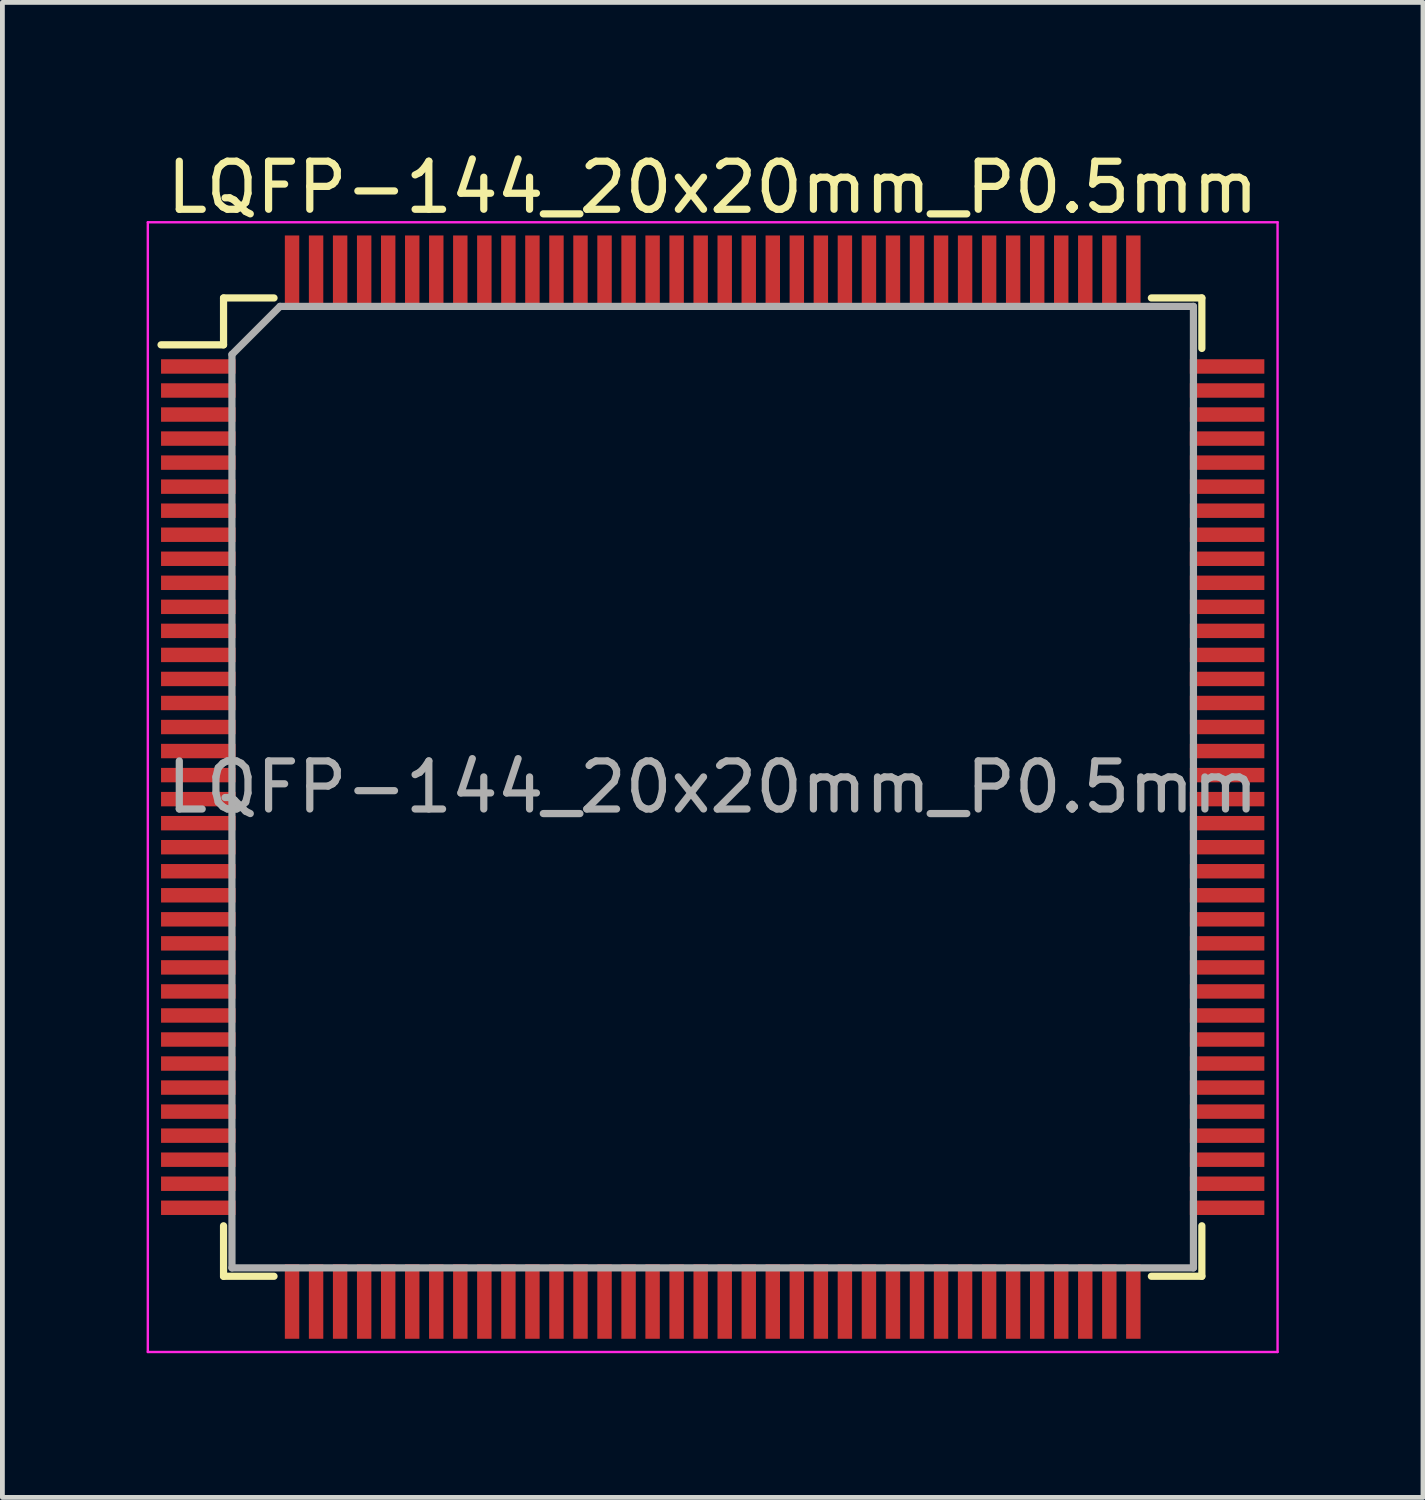
<source format=kicad_pcb>
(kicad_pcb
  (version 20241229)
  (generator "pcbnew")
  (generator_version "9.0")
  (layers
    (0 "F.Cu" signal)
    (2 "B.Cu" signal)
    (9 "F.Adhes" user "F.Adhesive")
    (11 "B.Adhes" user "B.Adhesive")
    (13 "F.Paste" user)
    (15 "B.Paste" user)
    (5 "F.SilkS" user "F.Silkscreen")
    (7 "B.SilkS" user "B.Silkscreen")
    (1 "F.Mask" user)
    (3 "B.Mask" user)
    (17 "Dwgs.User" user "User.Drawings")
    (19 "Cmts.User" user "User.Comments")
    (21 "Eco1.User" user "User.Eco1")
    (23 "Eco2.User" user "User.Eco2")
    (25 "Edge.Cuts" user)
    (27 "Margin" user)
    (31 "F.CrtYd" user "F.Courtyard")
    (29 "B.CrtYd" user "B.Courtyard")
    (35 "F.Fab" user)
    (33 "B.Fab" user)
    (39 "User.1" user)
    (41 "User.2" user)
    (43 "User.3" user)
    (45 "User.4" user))
  (footprint "LQFP-144_20x20mm_P0.5mm"
    (layer "F.Cu")
    (at 11.775 13.323)
    (property "Reference" "LQFP-144_20x20mm_P0.5mm" (at 0 -12.475 0) (layer "F.SilkS") (effects (font (size 1 1) (thickness 0.15))))
    (attr smd)
    (fp_line (start -10.175 -10.175) (end -10.175 -9.2) (stroke (width 0.15) (type solid)) (layer "F.SilkS"))
    (fp_line (start -10.175 -10.175) (end -9.125 -10.175) (stroke (width 0.15) (type solid)) (layer "F.SilkS"))
    (fp_line (start -10.175 -9.2) (end -11.475 -9.2) (stroke (width 0.15) (type solid)) (layer "F.SilkS"))
    (fp_line (start -10.175 10.175) (end -10.175 9.125) (stroke (width 0.15) (type solid)) (layer "F.SilkS"))
    (fp_line (start -10.175 10.175) (end -9.125 10.175) (stroke (width 0.15) (type solid)) (layer "F.SilkS"))
    (fp_line (start 10.175 -10.175) (end 9.125 -10.175) (stroke (width 0.15) (type solid)) (layer "F.SilkS"))
    (fp_line (start 10.175 -10.175) (end 10.175 -9.125) (stroke (width 0.15) (type solid)) (layer "F.SilkS"))
    (fp_line (start 10.175 10.175) (end 9.125 10.175) (stroke (width 0.15) (type solid)) (layer "F.SilkS"))
    (fp_line (start 10.175 10.175) (end 10.175 9.125) (stroke (width 0.15) (type solid)) (layer "F.SilkS"))
    (fp_line (start -11.75 -11.75) (end -11.75 11.75) (stroke (width 0.05) (type solid)) (layer "F.CrtYd"))
    (fp_line (start -11.75 -11.75) (end 11.75 -11.75) (stroke (width 0.05) (type solid)) (layer "F.CrtYd"))
    (fp_line (start -11.75 11.75) (end 11.75 11.75) (stroke (width 0.05) (type solid)) (layer "F.CrtYd"))
    (fp_line (start 11.75 -11.75) (end 11.75 11.75) (stroke (width 0.05) (type solid)) (layer "F.CrtYd"))
    (fp_line (start -10 -9) (end -9 -10) (stroke (width 0.15) (type solid)) (layer "F.Fab"))
    (fp_line (start -10 10) (end -10 -9) (stroke (width 0.15) (type solid)) (layer "F.Fab"))
    (fp_line (start -9 -10) (end 10 -10) (stroke (width 0.15) (type solid)) (layer "F.Fab"))
    (fp_line (start 10 -10) (end 10 10) (stroke (width 0.15) (type solid)) (layer "F.Fab"))
    (fp_line (start 10 10) (end -10 10) (stroke (width 0.15) (type solid)) (layer "F.Fab"))
    (fp_text user "${REFERENCE}" (at 0 0 0) (layer "F.Fab") (effects (font (size 1 1) (thickness 0.15))))
    (pad "1" smd rect (at -10.7 -8.75) (size 1.55 0.3) (layers "F.Cu" "F.Mask" "F.Paste"))
    (pad "2" smd rect (at -10.7 -8.25) (size 1.55 0.3) (layers "F.Cu" "F.Mask" "F.Paste"))
    (pad "3" smd rect (at -10.7 -7.75) (size 1.55 0.3) (layers "F.Cu" "F.Mask" "F.Paste"))
    (pad "4" smd rect (at -10.7 -7.25) (size 1.55 0.3) (layers "F.Cu" "F.Mask" "F.Paste"))
    (pad "5" smd rect (at -10.7 -6.75) (size 1.55 0.3) (layers "F.Cu" "F.Mask" "F.Paste"))
    (pad "6" smd rect (at -10.7 -6.25) (size 1.55 0.3) (layers "F.Cu" "F.Mask" "F.Paste"))
    (pad "7" smd rect (at -10.7 -5.75) (size 1.55 0.3) (layers "F.Cu" "F.Mask" "F.Paste"))
    (pad "8" smd rect (at -10.7 -5.25) (size 1.55 0.3) (layers "F.Cu" "F.Mask" "F.Paste"))
    (pad "9" smd rect (at -10.7 -4.75) (size 1.55 0.3) (layers "F.Cu" "F.Mask" "F.Paste"))
    (pad "10" smd rect (at -10.7 -4.25) (size 1.55 0.3) (layers "F.Cu" "F.Mask" "F.Paste"))
    (pad "11" smd rect (at -10.7 -3.75) (size 1.55 0.3) (layers "F.Cu" "F.Mask" "F.Paste"))
    (pad "12" smd rect (at -10.7 -3.25) (size 1.55 0.3) (layers "F.Cu" "F.Mask" "F.Paste"))
    (pad "13" smd rect (at -10.7 -2.75) (size 1.55 0.3) (layers "F.Cu" "F.Mask" "F.Paste"))
    (pad "14" smd rect (at -10.7 -2.25) (size 1.55 0.3) (layers "F.Cu" "F.Mask" "F.Paste"))
    (pad "15" smd rect (at -10.7 -1.75) (size 1.55 0.3) (layers "F.Cu" "F.Mask" "F.Paste"))
    (pad "16" smd rect (at -10.7 -1.25) (size 1.55 0.3) (layers "F.Cu" "F.Mask" "F.Paste"))
    (pad "17" smd rect (at -10.7 -0.75) (size 1.55 0.3) (layers "F.Cu" "F.Mask" "F.Paste"))
    (pad "18" smd rect (at -10.7 -0.25) (size 1.55 0.3) (layers "F.Cu" "F.Mask" "F.Paste"))
    (pad "19" smd rect (at -10.7 0.25) (size 1.55 0.3) (layers "F.Cu" "F.Mask" "F.Paste"))
    (pad "20" smd rect (at -10.7 0.75) (size 1.55 0.3) (layers "F.Cu" "F.Mask" "F.Paste"))
    (pad "21" smd rect (at -10.7 1.25) (size 1.55 0.3) (layers "F.Cu" "F.Mask" "F.Paste"))
    (pad "22" smd rect (at -10.7 1.75) (size 1.55 0.3) (layers "F.Cu" "F.Mask" "F.Paste"))
    (pad "23" smd rect (at -10.7 2.25) (size 1.55 0.3) (layers "F.Cu" "F.Mask" "F.Paste"))
    (pad "24" smd rect (at -10.7 2.75) (size 1.55 0.3) (layers "F.Cu" "F.Mask" "F.Paste"))
    (pad "25" smd rect (at -10.7 3.25) (size 1.55 0.3) (layers "F.Cu" "F.Mask" "F.Paste"))
    (pad "26" smd rect (at -10.7 3.75) (size 1.55 0.3) (layers "F.Cu" "F.Mask" "F.Paste"))
    (pad "27" smd rect (at -10.7 4.25) (size 1.55 0.3) (layers "F.Cu" "F.Mask" "F.Paste"))
    (pad "28" smd rect (at -10.7 4.75) (size 1.55 0.3) (layers "F.Cu" "F.Mask" "F.Paste"))
    (pad "29" smd rect (at -10.7 5.25) (size 1.55 0.3) (layers "F.Cu" "F.Mask" "F.Paste"))
    (pad "30" smd rect (at -10.7 5.75) (size 1.55 0.3) (layers "F.Cu" "F.Mask" "F.Paste"))
    (pad "31" smd rect (at -10.7 6.25) (size 1.55 0.3) (layers "F.Cu" "F.Mask" "F.Paste"))
    (pad "32" smd rect (at -10.7 6.75) (size 1.55 0.3) (layers "F.Cu" "F.Mask" "F.Paste"))
    (pad "33" smd rect (at -10.7 7.25) (size 1.55 0.3) (layers "F.Cu" "F.Mask" "F.Paste"))
    (pad "34" smd rect (at -10.7 7.75) (size 1.55 0.3) (layers "F.Cu" "F.Mask" "F.Paste"))
    (pad "35" smd rect (at -10.7 8.25) (size 1.55 0.3) (layers "F.Cu" "F.Mask" "F.Paste"))
    (pad "36" smd rect (at -10.7 8.75) (size 1.55 0.3) (layers "F.Cu" "F.Mask" "F.Paste"))
    (pad "37" smd rect (at -8.75 10.7 90) (size 1.55 0.3) (layers "F.Cu" "F.Mask" "F.Paste"))
    (pad "38" smd rect (at -8.25 10.7 90) (size 1.55 0.3) (layers "F.Cu" "F.Mask" "F.Paste"))
    (pad "39" smd rect (at -7.75 10.7 90) (size 1.55 0.3) (layers "F.Cu" "F.Mask" "F.Paste"))
    (pad "40" smd rect (at -7.25 10.7 90) (size 1.55 0.3) (layers "F.Cu" "F.Mask" "F.Paste"))
    (pad "41" smd rect (at -6.75 10.7 90) (size 1.55 0.3) (layers "F.Cu" "F.Mask" "F.Paste"))
    (pad "42" smd rect (at -6.25 10.7 90) (size 1.55 0.3) (layers "F.Cu" "F.Mask" "F.Paste"))
    (pad "43" smd rect (at -5.75 10.7 90) (size 1.55 0.3) (layers "F.Cu" "F.Mask" "F.Paste"))
    (pad "44" smd rect (at -5.25 10.7 90) (size 1.55 0.3) (layers "F.Cu" "F.Mask" "F.Paste"))
    (pad "45" smd rect (at -4.75 10.7 90) (size 1.55 0.3) (layers "F.Cu" "F.Mask" "F.Paste"))
    (pad "46" smd rect (at -4.25 10.7 90) (size 1.55 0.3) (layers "F.Cu" "F.Mask" "F.Paste"))
    (pad "47" smd rect (at -3.75 10.7 90) (size 1.55 0.3) (layers "F.Cu" "F.Mask" "F.Paste"))
    (pad "48" smd rect (at -3.25 10.7 90) (size 1.55 0.3) (layers "F.Cu" "F.Mask" "F.Paste"))
    (pad "49" smd rect (at -2.75 10.7 90) (size 1.55 0.3) (layers "F.Cu" "F.Mask" "F.Paste"))
    (pad "50" smd rect (at -2.25 10.7 90) (size 1.55 0.3) (layers "F.Cu" "F.Mask" "F.Paste"))
    (pad "51" smd rect (at -1.75 10.7 90) (size 1.55 0.3) (layers "F.Cu" "F.Mask" "F.Paste"))
    (pad "52" smd rect (at -1.25 10.7 90) (size 1.55 0.3) (layers "F.Cu" "F.Mask" "F.Paste"))
    (pad "53" smd rect (at -0.75 10.7 90) (size 1.55 0.3) (layers "F.Cu" "F.Mask" "F.Paste"))
    (pad "54" smd rect (at -0.25 10.7 90) (size 1.55 0.3) (layers "F.Cu" "F.Mask" "F.Paste"))
    (pad "55" smd rect (at 0.25 10.7 90) (size 1.55 0.3) (layers "F.Cu" "F.Mask" "F.Paste"))
    (pad "56" smd rect (at 0.75 10.7 90) (size 1.55 0.3) (layers "F.Cu" "F.Mask" "F.Paste"))
    (pad "57" smd rect (at 1.25 10.7 90) (size 1.55 0.3) (layers "F.Cu" "F.Mask" "F.Paste"))
    (pad "58" smd rect (at 1.75 10.7 90) (size 1.55 0.3) (layers "F.Cu" "F.Mask" "F.Paste"))
    (pad "59" smd rect (at 2.25 10.7 90) (size 1.55 0.3) (layers "F.Cu" "F.Mask" "F.Paste"))
    (pad "60" smd rect (at 2.75 10.7 90) (size 1.55 0.3) (layers "F.Cu" "F.Mask" "F.Paste"))
    (pad "61" smd rect (at 3.25 10.7 90) (size 1.55 0.3) (layers "F.Cu" "F.Mask" "F.Paste"))
    (pad "62" smd rect (at 3.75 10.7 90) (size 1.55 0.3) (layers "F.Cu" "F.Mask" "F.Paste"))
    (pad "63" smd rect (at 4.25 10.7 90) (size 1.55 0.3) (layers "F.Cu" "F.Mask" "F.Paste"))
    (pad "64" smd rect (at 4.75 10.7 90) (size 1.55 0.3) (layers "F.Cu" "F.Mask" "F.Paste"))
    (pad "65" smd rect (at 5.25 10.7 90) (size 1.55 0.3) (layers "F.Cu" "F.Mask" "F.Paste"))
    (pad "66" smd rect (at 5.75 10.7 90) (size 1.55 0.3) (layers "F.Cu" "F.Mask" "F.Paste"))
    (pad "67" smd rect (at 6.25 10.7 90) (size 1.55 0.3) (layers "F.Cu" "F.Mask" "F.Paste"))
    (pad "68" smd rect (at 6.75 10.7 90) (size 1.55 0.3) (layers "F.Cu" "F.Mask" "F.Paste"))
    (pad "69" smd rect (at 7.25 10.7 90) (size 1.55 0.3) (layers "F.Cu" "F.Mask" "F.Paste"))
    (pad "70" smd rect (at 7.75 10.7 90) (size 1.55 0.3) (layers "F.Cu" "F.Mask" "F.Paste"))
    (pad "71" smd rect (at 8.25 10.7 90) (size 1.55 0.3) (layers "F.Cu" "F.Mask" "F.Paste"))
    (pad "72" smd rect (at 8.75 10.7 90) (size 1.55 0.3) (layers "F.Cu" "F.Mask" "F.Paste"))
    (pad "73" smd rect (at 10.7 8.75) (size 1.55 0.3) (layers "F.Cu" "F.Mask" "F.Paste"))
    (pad "74" smd rect (at 10.7 8.25) (size 1.55 0.3) (layers "F.Cu" "F.Mask" "F.Paste"))
    (pad "75" smd rect (at 10.7 7.75) (size 1.55 0.3) (layers "F.Cu" "F.Mask" "F.Paste"))
    (pad "76" smd rect (at 10.7 7.25) (size 1.55 0.3) (layers "F.Cu" "F.Mask" "F.Paste"))
    (pad "77" smd rect (at 10.7 6.75) (size 1.55 0.3) (layers "F.Cu" "F.Mask" "F.Paste"))
    (pad "78" smd rect (at 10.7 6.25) (size 1.55 0.3) (layers "F.Cu" "F.Mask" "F.Paste"))
    (pad "79" smd rect (at 10.7 5.75) (size 1.55 0.3) (layers "F.Cu" "F.Mask" "F.Paste"))
    (pad "80" smd rect (at 10.7 5.25) (size 1.55 0.3) (layers "F.Cu" "F.Mask" "F.Paste"))
    (pad "81" smd rect (at 10.7 4.75) (size 1.55 0.3) (layers "F.Cu" "F.Mask" "F.Paste"))
    (pad "82" smd rect (at 10.7 4.25) (size 1.55 0.3) (layers "F.Cu" "F.Mask" "F.Paste"))
    (pad "83" smd rect (at 10.7 3.75) (size 1.55 0.3) (layers "F.Cu" "F.Mask" "F.Paste"))
    (pad "84" smd rect (at 10.7 3.25) (size 1.55 0.3) (layers "F.Cu" "F.Mask" "F.Paste"))
    (pad "85" smd rect (at 10.7 2.75) (size 1.55 0.3) (layers "F.Cu" "F.Mask" "F.Paste"))
    (pad "86" smd rect (at 10.7 2.25) (size 1.55 0.3) (layers "F.Cu" "F.Mask" "F.Paste"))
    (pad "87" smd rect (at 10.7 1.75) (size 1.55 0.3) (layers "F.Cu" "F.Mask" "F.Paste"))
    (pad "88" smd rect (at 10.7 1.25) (size 1.55 0.3) (layers "F.Cu" "F.Mask" "F.Paste"))
    (pad "89" smd rect (at 10.7 0.75) (size 1.55 0.3) (layers "F.Cu" "F.Mask" "F.Paste"))
    (pad "90" smd rect (at 10.7 0.25) (size 1.55 0.3) (layers "F.Cu" "F.Mask" "F.Paste"))
    (pad "91" smd rect (at 10.7 -0.25) (size 1.55 0.3) (layers "F.Cu" "F.Mask" "F.Paste"))
    (pad "92" smd rect (at 10.7 -0.75) (size 1.55 0.3) (layers "F.Cu" "F.Mask" "F.Paste"))
    (pad "93" smd rect (at 10.7 -1.25) (size 1.55 0.3) (layers "F.Cu" "F.Mask" "F.Paste"))
    (pad "94" smd rect (at 10.7 -1.75) (size 1.55 0.3) (layers "F.Cu" "F.Mask" "F.Paste"))
    (pad "95" smd rect (at 10.7 -2.25) (size 1.55 0.3) (layers "F.Cu" "F.Mask" "F.Paste"))
    (pad "96" smd rect (at 10.7 -2.75) (size 1.55 0.3) (layers "F.Cu" "F.Mask" "F.Paste"))
    (pad "97" smd rect (at 10.7 -3.25) (size 1.55 0.3) (layers "F.Cu" "F.Mask" "F.Paste"))
    (pad "98" smd rect (at 10.7 -3.75) (size 1.55 0.3) (layers "F.Cu" "F.Mask" "F.Paste"))
    (pad "99" smd rect (at 10.7 -4.25) (size 1.55 0.3) (layers "F.Cu" "F.Mask" "F.Paste"))
    (pad "100" smd rect (at 10.7 -4.75) (size 1.55 0.3) (layers "F.Cu" "F.Mask" "F.Paste"))
    (pad "101" smd rect (at 10.7 -5.25) (size 1.55 0.3) (layers "F.Cu" "F.Mask" "F.Paste"))
    (pad "102" smd rect (at 10.7 -5.75) (size 1.55 0.3) (layers "F.Cu" "F.Mask" "F.Paste"))
    (pad "103" smd rect (at 10.7 -6.25) (size 1.55 0.3) (layers "F.Cu" "F.Mask" "F.Paste"))
    (pad "104" smd rect (at 10.7 -6.75) (size 1.55 0.3) (layers "F.Cu" "F.Mask" "F.Paste"))
    (pad "105" smd rect (at 10.7 -7.25) (size 1.55 0.3) (layers "F.Cu" "F.Mask" "F.Paste"))
    (pad "106" smd rect (at 10.7 -7.75) (size 1.55 0.3) (layers "F.Cu" "F.Mask" "F.Paste"))
    (pad "107" smd rect (at 10.7 -8.25) (size 1.55 0.3) (layers "F.Cu" "F.Mask" "F.Paste"))
    (pad "108" smd rect (at 10.7 -8.75) (size 1.55 0.3) (layers "F.Cu" "F.Mask" "F.Paste"))
    (pad "109" smd rect (at 8.75 -10.7 90) (size 1.55 0.3) (layers "F.Cu" "F.Mask" "F.Paste"))
    (pad "110" smd rect (at 8.25 -10.7 90) (size 1.55 0.3) (layers "F.Cu" "F.Mask" "F.Paste"))
    (pad "111" smd rect (at 7.75 -10.7 90) (size 1.55 0.3) (layers "F.Cu" "F.Mask" "F.Paste"))
    (pad "112" smd rect (at 7.25 -10.7 90) (size 1.55 0.3) (layers "F.Cu" "F.Mask" "F.Paste"))
    (pad "113" smd rect (at 6.75 -10.7 90) (size 1.55 0.3) (layers "F.Cu" "F.Mask" "F.Paste"))
    (pad "114" smd rect (at 6.25 -10.7 90) (size 1.55 0.3) (layers "F.Cu" "F.Mask" "F.Paste"))
    (pad "115" smd rect (at 5.75 -10.7 90) (size 1.55 0.3) (layers "F.Cu" "F.Mask" "F.Paste"))
    (pad "116" smd rect (at 5.25 -10.7 90) (size 1.55 0.3) (layers "F.Cu" "F.Mask" "F.Paste"))
    (pad "117" smd rect (at 4.75 -10.7 90) (size 1.55 0.3) (layers "F.Cu" "F.Mask" "F.Paste"))
    (pad "118" smd rect (at 4.25 -10.7 90) (size 1.55 0.3) (layers "F.Cu" "F.Mask" "F.Paste"))
    (pad "119" smd rect (at 3.75 -10.7 90) (size 1.55 0.3) (layers "F.Cu" "F.Mask" "F.Paste"))
    (pad "120" smd rect (at 3.25 -10.7 90) (size 1.55 0.3) (layers "F.Cu" "F.Mask" "F.Paste"))
    (pad "121" smd rect (at 2.75 -10.7 90) (size 1.55 0.3) (layers "F.Cu" "F.Mask" "F.Paste"))
    (pad "122" smd rect (at 2.25 -10.7 90) (size 1.55 0.3) (layers "F.Cu" "F.Mask" "F.Paste"))
    (pad "123" smd rect (at 1.75 -10.7 90) (size 1.55 0.3) (layers "F.Cu" "F.Mask" "F.Paste"))
    (pad "124" smd rect (at 1.25 -10.7 90) (size 1.55 0.3) (layers "F.Cu" "F.Mask" "F.Paste"))
    (pad "125" smd rect (at 0.75 -10.7 90) (size 1.55 0.3) (layers "F.Cu" "F.Mask" "F.Paste"))
    (pad "126" smd rect (at 0.25 -10.7 90) (size 1.55 0.3) (layers "F.Cu" "F.Mask" "F.Paste"))
    (pad "127" smd rect (at -0.25 -10.7 90) (size 1.55 0.3) (layers "F.Cu" "F.Mask" "F.Paste"))
    (pad "128" smd rect (at -0.75 -10.7 90) (size 1.55 0.3) (layers "F.Cu" "F.Mask" "F.Paste"))
    (pad "129" smd rect (at -1.25 -10.7 90) (size 1.55 0.3) (layers "F.Cu" "F.Mask" "F.Paste"))
    (pad "130" smd rect (at -1.75 -10.7 90) (size 1.55 0.3) (layers "F.Cu" "F.Mask" "F.Paste"))
    (pad "131" smd rect (at -2.25 -10.7 90) (size 1.55 0.3) (layers "F.Cu" "F.Mask" "F.Paste"))
    (pad "132" smd rect (at -2.75 -10.7 90) (size 1.55 0.3) (layers "F.Cu" "F.Mask" "F.Paste"))
    (pad "133" smd rect (at -3.25 -10.7 90) (size 1.55 0.3) (layers "F.Cu" "F.Mask" "F.Paste"))
    (pad "134" smd rect (at -3.75 -10.7 90) (size 1.55 0.3) (layers "F.Cu" "F.Mask" "F.Paste"))
    (pad "135" smd rect (at -4.25 -10.7 90) (size 1.55 0.3) (layers "F.Cu" "F.Mask" "F.Paste"))
    (pad "136" smd rect (at -4.75 -10.7 90) (size 1.55 0.3) (layers "F.Cu" "F.Mask" "F.Paste"))
    (pad "137" smd rect (at -5.25 -10.7 90) (size 1.55 0.3) (layers "F.Cu" "F.Mask" "F.Paste"))
    (pad "138" smd rect (at -5.75 -10.7 90) (size 1.55 0.3) (layers "F.Cu" "F.Mask" "F.Paste"))
    (pad "139" smd rect (at -6.25 -10.7 90) (size 1.55 0.3) (layers "F.Cu" "F.Mask" "F.Paste"))
    (pad "140" smd rect (at -6.75 -10.7 90) (size 1.55 0.3) (layers "F.Cu" "F.Mask" "F.Paste"))
    (pad "141" smd rect (at -7.25 -10.7 90) (size 1.55 0.3) (layers "F.Cu" "F.Mask" "F.Paste"))
    (pad "142" smd rect (at -7.75 -10.7 90) (size 1.55 0.3) (layers "F.Cu" "F.Mask" "F.Paste"))
    (pad "143" smd rect (at -8.25 -10.7 90) (size 1.55 0.3) (layers "F.Cu" "F.Mask" "F.Paste"))
    (pad "144" smd rect (at -8.75 -10.7 90) (size 1.55 0.3) (layers "F.Cu" "F.Mask" "F.Paste")))
  (gr_rect
    (start -3 -3)
    (end 26.55 28.098)
    (stroke (width 0.1) (type default))
    (fill no)
    (layer "Edge.Cuts")))
</source>
